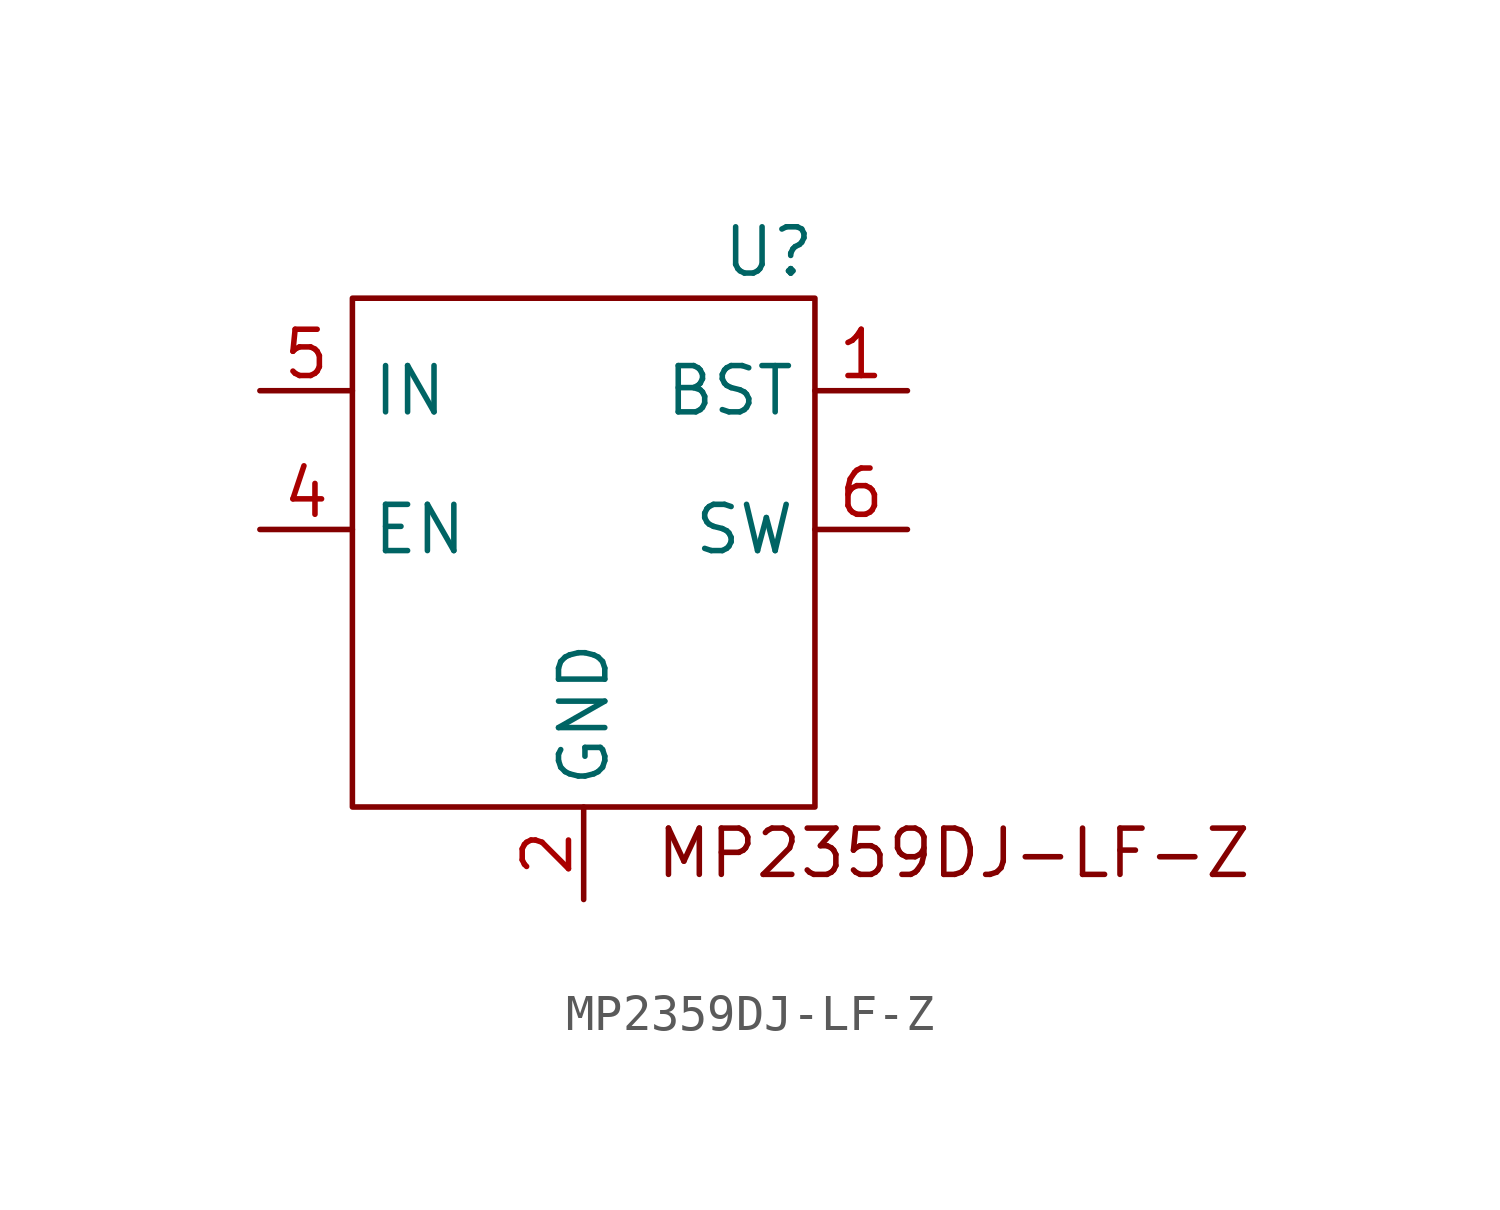
<source format=kicad_sym>
(kicad_symbol_lib
  (version 20220914)
  (generator kicad_symbol_editor)
  (symbol "MP2359DJ-LF-Z"
    (property "Reference" "U"
      (at 27.94 22.86 0)
      (effects (font (size 1.27 1.27))))
    (property "Value" ""
      (at 20.32 13.97 0)
      (effects (font (size 1.27 1.27))))
    (symbol "MP2359DJ-LF-Z_0_1"
      (rectangle (start 16.51 21.59) (end 29.21 7.62) (stroke (width 0) (type default)) (fill (type none))))
    (symbol "MP2359DJ-LF-Z_1_1"
      (text "MP2359DJ-LF-Z" (at 33.02 6.35 0) (effects (font (size 1.27 1.27))))
      (pin output line (at 31.75 19.05 180) (length 2.54) (name "BST" (effects (font (size 1.27 1.27)))) (number "1" (effects (font (size 1.27 1.27)))))
      (pin output line (at 22.86 5.08 90) (length 2.54) (name "GND" (effects (font (size 1.27 1.27)))) (number "2" (effects (font (size 1.27 1.27)))))
      (pin input line (at 13.97 15.24 0) (length 2.54) (name "EN" (effects (font (size 1.27 1.27)))) (number "4" (effects (font (size 1.27 1.27)))))
      (pin input line (at 13.97 19.05 0) (length 2.54) (name "IN" (effects (font (size 1.27 1.27)))) (number "5" (effects (font (size 1.27 1.27)))))
      (pin output line (at 31.75 15.24 180) (length 2.54) (name "SW" (effects (font (size 1.27 1.27)))) (number "6" (effects (font (size 1.27 1.27))))))))
</source>
